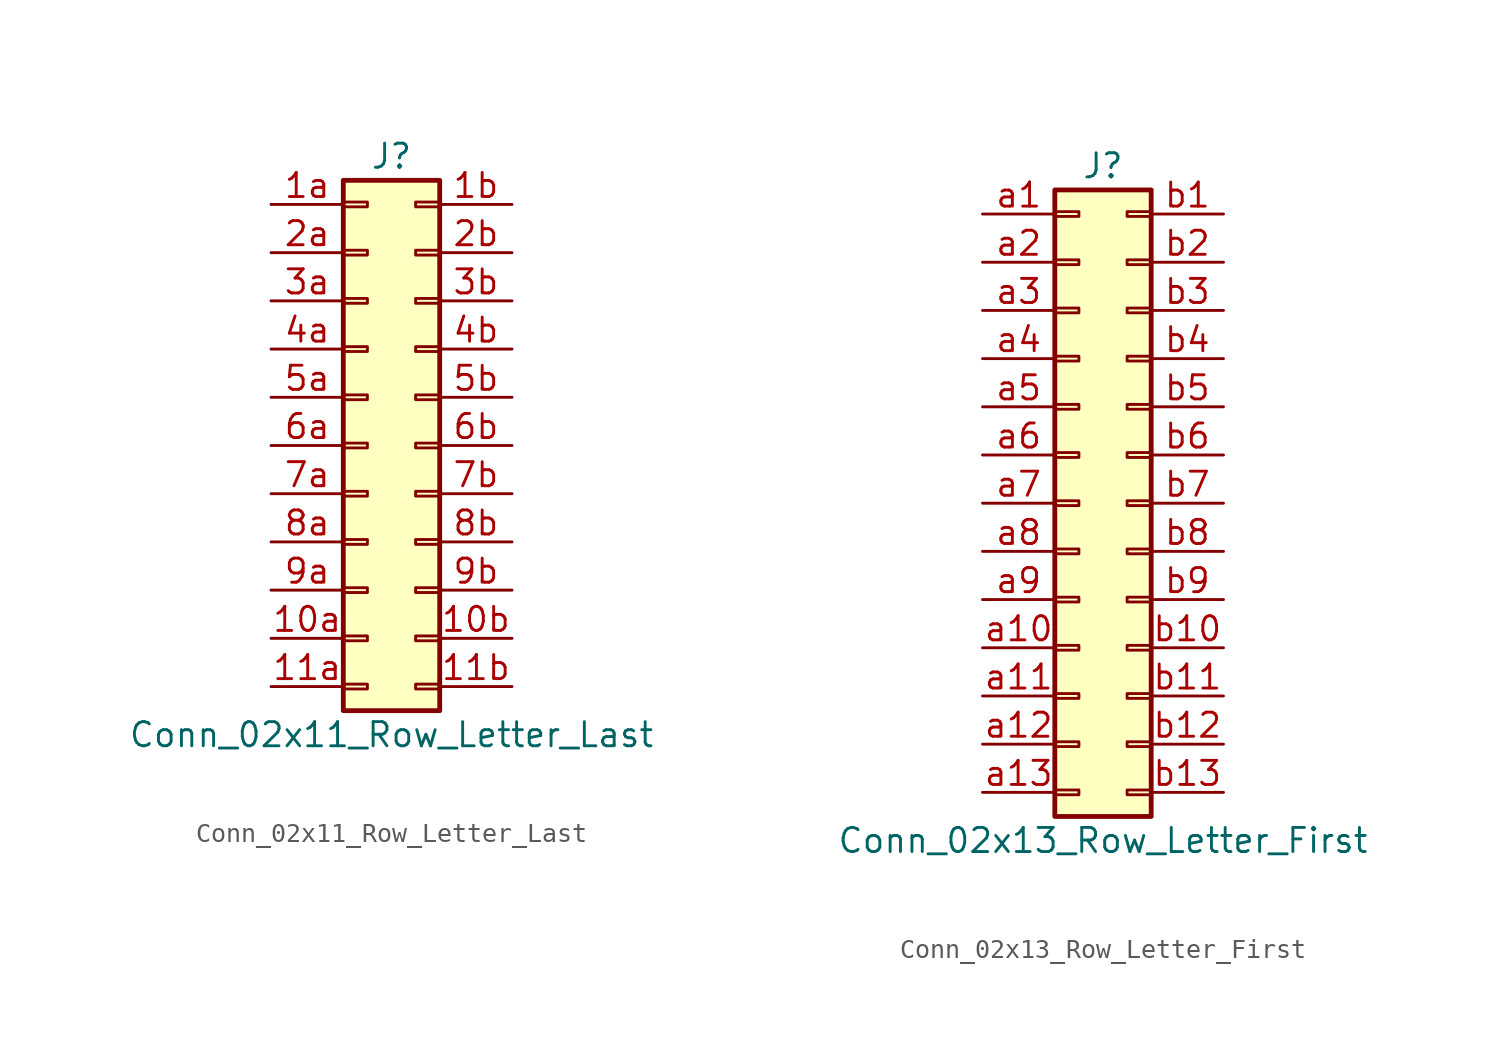
<source format=kicad_sym>
(kicad_symbol_lib
  (version 20220914)
  (generator kicad_symbol_editor)
  (symbol "Conn_02x11_Row_Letter_Last"
    (pin_names
      (offset 1.016) hide)
    (property "Reference" "J"
      (at 1.27 15.24 0)
      (effects (font (size 1.27 1.27))))
    (property "Value" "Conn_02x11_Row_Letter_Last"
      (at 1.27 -15.24 0)
      (effects (font (size 1.27 1.27))))
    (symbol "Conn_02x11_Row_Letter_Last_1_1"
      (rectangle (start -1.27 -12.573) (end 0 -12.827) (stroke (width 0.152) (type default)) (fill (type none)))
      (rectangle (start -1.27 -10.033) (end 0 -10.287) (stroke (width 0.152) (type default)) (fill (type none)))
      (rectangle (start -1.27 -7.493) (end 0 -7.747) (stroke (width 0.152) (type default)) (fill (type none)))
      (rectangle (start -1.27 -4.953) (end 0 -5.207) (stroke (width 0.152) (type default)) (fill (type none)))
      (rectangle (start -1.27 -2.413) (end 0 -2.667) (stroke (width 0.152) (type default)) (fill (type none)))
      (rectangle (start -1.27 0.127) (end 0 -0.127) (stroke (width 0.152) (type default)) (fill (type none)))
      (rectangle (start -1.27 2.667) (end 0 2.413) (stroke (width 0.152) (type default)) (fill (type none)))
      (rectangle (start -1.27 5.207) (end 0 4.953) (stroke (width 0.152) (type default)) (fill (type none)))
      (rectangle (start -1.27 7.747) (end 0 7.493) (stroke (width 0.152) (type default)) (fill (type none)))
      (rectangle (start -1.27 10.287) (end 0 10.033) (stroke (width 0.152) (type default)) (fill (type none)))
      (rectangle (start -1.27 12.827) (end 0 12.573) (stroke (width 0.152) (type default)) (fill (type none)))
      (rectangle (start -1.27 13.97) (end 3.81 -13.97) (stroke (width 0.254) (type default)) (fill (type background)))
      (rectangle (start 3.81 -12.573) (end 2.54 -12.827) (stroke (width 0.152) (type default)) (fill (type none)))
      (rectangle (start 3.81 -10.033) (end 2.54 -10.287) (stroke (width 0.152) (type default)) (fill (type none)))
      (rectangle (start 3.81 -7.493) (end 2.54 -7.747) (stroke (width 0.152) (type default)) (fill (type none)))
      (rectangle (start 3.81 -4.953) (end 2.54 -5.207) (stroke (width 0.152) (type default)) (fill (type none)))
      (rectangle (start 3.81 -2.413) (end 2.54 -2.667) (stroke (width 0.152) (type default)) (fill (type none)))
      (rectangle (start 3.81 0.127) (end 2.54 -0.127) (stroke (width 0.152) (type default)) (fill (type none)))
      (rectangle (start 3.81 2.667) (end 2.54 2.413) (stroke (width 0.152) (type default)) (fill (type none)))
      (rectangle (start 3.81 5.207) (end 2.54 4.953) (stroke (width 0.152) (type default)) (fill (type none)))
      (rectangle (start 3.81 7.747) (end 2.54 7.493) (stroke (width 0.152) (type default)) (fill (type none)))
      (rectangle (start 3.81 10.287) (end 2.54 10.033) (stroke (width 0.152) (type default)) (fill (type none)))
      (rectangle (start 3.81 12.827) (end 2.54 12.573) (stroke (width 0.152) (type default)) (fill (type none)))
      (pin passive line (at -5.08 -10.16 0) (length 3.81) (name "Pin_10a" (effects (font (size 1.27 1.27)))) (number "10a" (effects (font (size 1.27 1.27)))))
      (pin passive line (at 7.62 -10.16 180) (length 3.81) (name "Pin_10b" (effects (font (size 1.27 1.27)))) (number "10b" (effects (font (size 1.27 1.27)))))
      (pin passive line (at -5.08 -12.7 0) (length 3.81) (name "Pin_11a" (effects (font (size 1.27 1.27)))) (number "11a" (effects (font (size 1.27 1.27)))))
      (pin passive line (at 7.62 -12.7 180) (length 3.81) (name "Pin_11b" (effects (font (size 1.27 1.27)))) (number "11b" (effects (font (size 1.27 1.27)))))
      (pin passive line (at -5.08 12.7 0) (length 3.81) (name "Pin_1a" (effects (font (size 1.27 1.27)))) (number "1a" (effects (font (size 1.27 1.27)))))
      (pin passive line (at 7.62 12.7 180) (length 3.81) (name "Pin_1b" (effects (font (size 1.27 1.27)))) (number "1b" (effects (font (size 1.27 1.27)))))
      (pin passive line (at -5.08 10.16 0) (length 3.81) (name "Pin_2a" (effects (font (size 1.27 1.27)))) (number "2a" (effects (font (size 1.27 1.27)))))
      (pin passive line (at 7.62 10.16 180) (length 3.81) (name "Pin_2b" (effects (font (size 1.27 1.27)))) (number "2b" (effects (font (size 1.27 1.27)))))
      (pin passive line (at -5.08 7.62 0) (length 3.81) (name "Pin_3a" (effects (font (size 1.27 1.27)))) (number "3a" (effects (font (size 1.27 1.27)))))
      (pin passive line (at 7.62 7.62 180) (length 3.81) (name "Pin_3b" (effects (font (size 1.27 1.27)))) (number "3b" (effects (font (size 1.27 1.27)))))
      (pin passive line (at -5.08 5.08 0) (length 3.81) (name "Pin_4a" (effects (font (size 1.27 1.27)))) (number "4a" (effects (font (size 1.27 1.27)))))
      (pin passive line (at 7.62 5.08 180) (length 3.81) (name "Pin_4b" (effects (font (size 1.27 1.27)))) (number "4b" (effects (font (size 1.27 1.27)))))
      (pin passive line (at -5.08 2.54 0) (length 3.81) (name "Pin_5a" (effects (font (size 1.27 1.27)))) (number "5a" (effects (font (size 1.27 1.27)))))
      (pin passive line (at 7.62 2.54 180) (length 3.81) (name "Pin_5b" (effects (font (size 1.27 1.27)))) (number "5b" (effects (font (size 1.27 1.27)))))
      (pin passive line (at -5.08 0 0) (length 3.81) (name "Pin_6a" (effects (font (size 1.27 1.27)))) (number "6a" (effects (font (size 1.27 1.27)))))
      (pin passive line (at 7.62 0 180) (length 3.81) (name "Pin_6b" (effects (font (size 1.27 1.27)))) (number "6b" (effects (font (size 1.27 1.27)))))
      (pin passive line (at -5.08 -2.54 0) (length 3.81) (name "Pin_7a" (effects (font (size 1.27 1.27)))) (number "7a" (effects (font (size 1.27 1.27)))))
      (pin passive line (at 7.62 -2.54 180) (length 3.81) (name "Pin_7b" (effects (font (size 1.27 1.27)))) (number "7b" (effects (font (size 1.27 1.27)))))
      (pin passive line (at -5.08 -5.08 0) (length 3.81) (name "Pin_8a" (effects (font (size 1.27 1.27)))) (number "8a" (effects (font (size 1.27 1.27)))))
      (pin passive line (at 7.62 -5.08 180) (length 3.81) (name "Pin_8b" (effects (font (size 1.27 1.27)))) (number "8b" (effects (font (size 1.27 1.27)))))
      (pin passive line (at -5.08 -7.62 0) (length 3.81) (name "Pin_9a" (effects (font (size 1.27 1.27)))) (number "9a" (effects (font (size 1.27 1.27)))))
      (pin passive line (at 7.62 -7.62 180) (length 3.81) (name "Pin_9b" (effects (font (size 1.27 1.27)))) (number "9b" (effects (font (size 1.27 1.27)))))))
  (symbol "Conn_02x13_Row_Letter_First"
    (pin_names
      (offset 1.016) hide)
    (property "Reference" "J"
      (at 1.27 17.78 0)
      (effects (font (size 1.27 1.27))))
    (property "Value" "Conn_02x13_Row_Letter_First"
      (at 1.27 -17.78 0)
      (effects (font (size 1.27 1.27))))
    (symbol "Conn_02x13_Row_Letter_First_1_1"
      (rectangle (start -1.27 -15.113) (end 0 -15.367) (stroke (width 0.152) (type default)) (fill (type none)))
      (rectangle (start -1.27 -12.573) (end 0 -12.827) (stroke (width 0.152) (type default)) (fill (type none)))
      (rectangle (start -1.27 -10.033) (end 0 -10.287) (stroke (width 0.152) (type default)) (fill (type none)))
      (rectangle (start -1.27 -7.493) (end 0 -7.747) (stroke (width 0.152) (type default)) (fill (type none)))
      (rectangle (start -1.27 -4.953) (end 0 -5.207) (stroke (width 0.152) (type default)) (fill (type none)))
      (rectangle (start -1.27 -2.413) (end 0 -2.667) (stroke (width 0.152) (type default)) (fill (type none)))
      (rectangle (start -1.27 0.127) (end 0 -0.127) (stroke (width 0.152) (type default)) (fill (type none)))
      (rectangle (start -1.27 2.667) (end 0 2.413) (stroke (width 0.152) (type default)) (fill (type none)))
      (rectangle (start -1.27 5.207) (end 0 4.953) (stroke (width 0.152) (type default)) (fill (type none)))
      (rectangle (start -1.27 7.747) (end 0 7.493) (stroke (width 0.152) (type default)) (fill (type none)))
      (rectangle (start -1.27 10.287) (end 0 10.033) (stroke (width 0.152) (type default)) (fill (type none)))
      (rectangle (start -1.27 12.827) (end 0 12.573) (stroke (width 0.152) (type default)) (fill (type none)))
      (rectangle (start -1.27 15.367) (end 0 15.113) (stroke (width 0.152) (type default)) (fill (type none)))
      (rectangle (start -1.27 16.51) (end 3.81 -16.51) (stroke (width 0.254) (type default)) (fill (type background)))
      (rectangle (start 3.81 -15.113) (end 2.54 -15.367) (stroke (width 0.152) (type default)) (fill (type none)))
      (rectangle (start 3.81 -12.573) (end 2.54 -12.827) (stroke (width 0.152) (type default)) (fill (type none)))
      (rectangle (start 3.81 -10.033) (end 2.54 -10.287) (stroke (width 0.152) (type default)) (fill (type none)))
      (rectangle (start 3.81 -7.493) (end 2.54 -7.747) (stroke (width 0.152) (type default)) (fill (type none)))
      (rectangle (start 3.81 -4.953) (end 2.54 -5.207) (stroke (width 0.152) (type default)) (fill (type none)))
      (rectangle (start 3.81 -2.413) (end 2.54 -2.667) (stroke (width 0.152) (type default)) (fill (type none)))
      (rectangle (start 3.81 0.127) (end 2.54 -0.127) (stroke (width 0.152) (type default)) (fill (type none)))
      (rectangle (start 3.81 2.667) (end 2.54 2.413) (stroke (width 0.152) (type default)) (fill (type none)))
      (rectangle (start 3.81 5.207) (end 2.54 4.953) (stroke (width 0.152) (type default)) (fill (type none)))
      (rectangle (start 3.81 7.747) (end 2.54 7.493) (stroke (width 0.152) (type default)) (fill (type none)))
      (rectangle (start 3.81 10.287) (end 2.54 10.033) (stroke (width 0.152) (type default)) (fill (type none)))
      (rectangle (start 3.81 12.827) (end 2.54 12.573) (stroke (width 0.152) (type default)) (fill (type none)))
      (rectangle (start 3.81 15.367) (end 2.54 15.113) (stroke (width 0.152) (type default)) (fill (type none)))
      (pin passive line (at -5.08 15.24 0) (length 3.81) (name "Pin_a1" (effects (font (size 1.27 1.27)))) (number "a1" (effects (font (size 1.27 1.27)))))
      (pin passive line (at -5.08 -7.62 0) (length 3.81) (name "Pin_a10" (effects (font (size 1.27 1.27)))) (number "a10" (effects (font (size 1.27 1.27)))))
      (pin passive line (at -5.08 -10.16 0) (length 3.81) (name "Pin_a11" (effects (font (size 1.27 1.27)))) (number "a11" (effects (font (size 1.27 1.27)))))
      (pin passive line (at -5.08 -12.7 0) (length 3.81) (name "Pin_a12" (effects (font (size 1.27 1.27)))) (number "a12" (effects (font (size 1.27 1.27)))))
      (pin passive line (at -5.08 -15.24 0) (length 3.81) (name "Pin_a13" (effects (font (size 1.27 1.27)))) (number "a13" (effects (font (size 1.27 1.27)))))
      (pin passive line (at -5.08 12.7 0) (length 3.81) (name "Pin_a2" (effects (font (size 1.27 1.27)))) (number "a2" (effects (font (size 1.27 1.27)))))
      (pin passive line (at -5.08 10.16 0) (length 3.81) (name "Pin_a3" (effects (font (size 1.27 1.27)))) (number "a3" (effects (font (size 1.27 1.27)))))
      (pin passive line (at -5.08 7.62 0) (length 3.81) (name "Pin_a4" (effects (font (size 1.27 1.27)))) (number "a4" (effects (font (size 1.27 1.27)))))
      (pin passive line (at -5.08 5.08 0) (length 3.81) (name "Pin_a5" (effects (font (size 1.27 1.27)))) (number "a5" (effects (font (size 1.27 1.27)))))
      (pin passive line (at -5.08 2.54 0) (length 3.81) (name "Pin_a6" (effects (font (size 1.27 1.27)))) (number "a6" (effects (font (size 1.27 1.27)))))
      (pin passive line (at -5.08 0 0) (length 3.81) (name "Pin_a7" (effects (font (size 1.27 1.27)))) (number "a7" (effects (font (size 1.27 1.27)))))
      (pin passive line (at -5.08 -2.54 0) (length 3.81) (name "Pin_a8" (effects (font (size 1.27 1.27)))) (number "a8" (effects (font (size 1.27 1.27)))))
      (pin passive line (at -5.08 -5.08 0) (length 3.81) (name "Pin_a9" (effects (font (size 1.27 1.27)))) (number "a9" (effects (font (size 1.27 1.27)))))
      (pin passive line (at 7.62 15.24 180) (length 3.81) (name "Pin_b1" (effects (font (size 1.27 1.27)))) (number "b1" (effects (font (size 1.27 1.27)))))
      (pin passive line (at 7.62 -7.62 180) (length 3.81) (name "Pin_b10" (effects (font (size 1.27 1.27)))) (number "b10" (effects (font (size 1.27 1.27)))))
      (pin passive line (at 7.62 -10.16 180) (length 3.81) (name "Pin_b11" (effects (font (size 1.27 1.27)))) (number "b11" (effects (font (size 1.27 1.27)))))
      (pin passive line (at 7.62 -12.7 180) (length 3.81) (name "Pin_b12" (effects (font (size 1.27 1.27)))) (number "b12" (effects (font (size 1.27 1.27)))))
      (pin passive line (at 7.62 -15.24 180) (length 3.81) (name "Pin_b13" (effects (font (size 1.27 1.27)))) (number "b13" (effects (font (size 1.27 1.27)))))
      (pin passive line (at 7.62 12.7 180) (length 3.81) (name "Pin_b2" (effects (font (size 1.27 1.27)))) (number "b2" (effects (font (size 1.27 1.27)))))
      (pin passive line (at 7.62 10.16 180) (length 3.81) (name "Pin_b3" (effects (font (size 1.27 1.27)))) (number "b3" (effects (font (size 1.27 1.27)))))
      (pin passive line (at 7.62 7.62 180) (length 3.81) (name "Pin_b4" (effects (font (size 1.27 1.27)))) (number "b4" (effects (font (size 1.27 1.27)))))
      (pin passive line (at 7.62 5.08 180) (length 3.81) (name "Pin_b5" (effects (font (size 1.27 1.27)))) (number "b5" (effects (font (size 1.27 1.27)))))
      (pin passive line (at 7.62 2.54 180) (length 3.81) (name "Pin_b6" (effects (font (size 1.27 1.27)))) (number "b6" (effects (font (size 1.27 1.27)))))
      (pin passive line (at 7.62 0 180) (length 3.81) (name "Pin_b7" (effects (font (size 1.27 1.27)))) (number "b7" (effects (font (size 1.27 1.27)))))
      (pin passive line (at 7.62 -2.54 180) (length 3.81) (name "Pin_b8" (effects (font (size 1.27 1.27)))) (number "b8" (effects (font (size 1.27 1.27)))))
      (pin passive line (at 7.62 -5.08 180) (length 3.81) (name "Pin_b9" (effects (font (size 1.27 1.27)))) (number "b9" (effects (font (size 1.27 1.27))))))))
</source>
